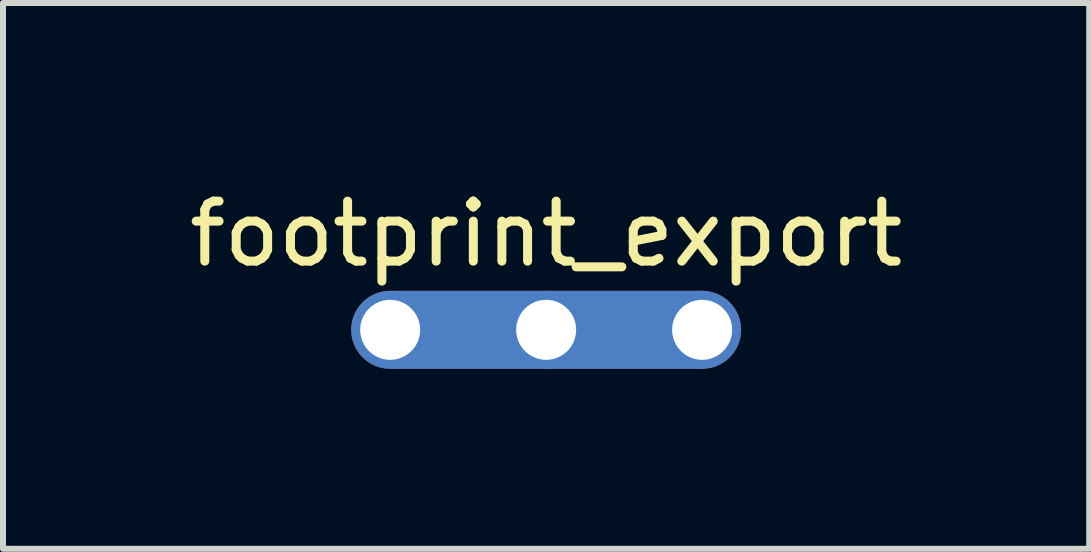
<source format=kicad_pcb>
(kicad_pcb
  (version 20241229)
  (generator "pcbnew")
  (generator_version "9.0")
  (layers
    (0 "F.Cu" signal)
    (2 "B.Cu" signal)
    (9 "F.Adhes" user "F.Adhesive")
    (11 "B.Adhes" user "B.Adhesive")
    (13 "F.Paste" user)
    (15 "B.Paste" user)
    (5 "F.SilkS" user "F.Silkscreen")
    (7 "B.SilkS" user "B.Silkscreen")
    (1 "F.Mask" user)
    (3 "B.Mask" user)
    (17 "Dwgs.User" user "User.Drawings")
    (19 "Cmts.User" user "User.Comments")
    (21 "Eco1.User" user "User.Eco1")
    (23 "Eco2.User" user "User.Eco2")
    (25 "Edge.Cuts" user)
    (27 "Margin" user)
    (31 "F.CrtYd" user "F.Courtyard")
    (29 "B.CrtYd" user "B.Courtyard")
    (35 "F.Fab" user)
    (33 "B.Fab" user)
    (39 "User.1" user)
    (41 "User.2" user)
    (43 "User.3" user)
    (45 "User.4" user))
  (footprint "footprint_export"
    (layer "F.Cu")
    (at 3.454 2.448)
    (property "Reference" "footprint_export" (at 2.6 -1.6 0) (layer "F.SilkS") (effects (font (size 1 1) (thickness 0.15))))
    (attr exclude_from_pos_files exclude_from_bom allow_missing_courtyard)
    (fp_poly (pts (xy 0 -0.65) (xy 5.2 -0.65) (xy 5.2 0.65) (xy 0 0.65)) (stroke (width 0) (type solid)) (fill yes) (layer "F.Cu"))
    (fp_poly (pts (xy 0 -0.65) (xy 5.2 -0.65) (xy 5.2 0.65) (xy 0 0.65)) (stroke (width 0) (type solid)) (fill yes) (layer "B.Cu"))
    (pad "1" thru_hole circle (at 0 0) (size 1.3 1.3) (drill 1) (layers "*.Cu"))
    (pad "2" thru_hole circle (at 2.6 0) (size 1.3 1.3) (drill 1) (layers "*.Cu"))
    (pad "3" thru_hole circle (at 5.2 0) (size 1.3 1.3) (drill 1) (layers "*.Cu")))
  (gr_rect
    (start -3 -3)
    (end 15.107 6.098)
    (stroke (width 0.1) (type default))
    (fill no)
    (layer "Edge.Cuts")))
</source>
